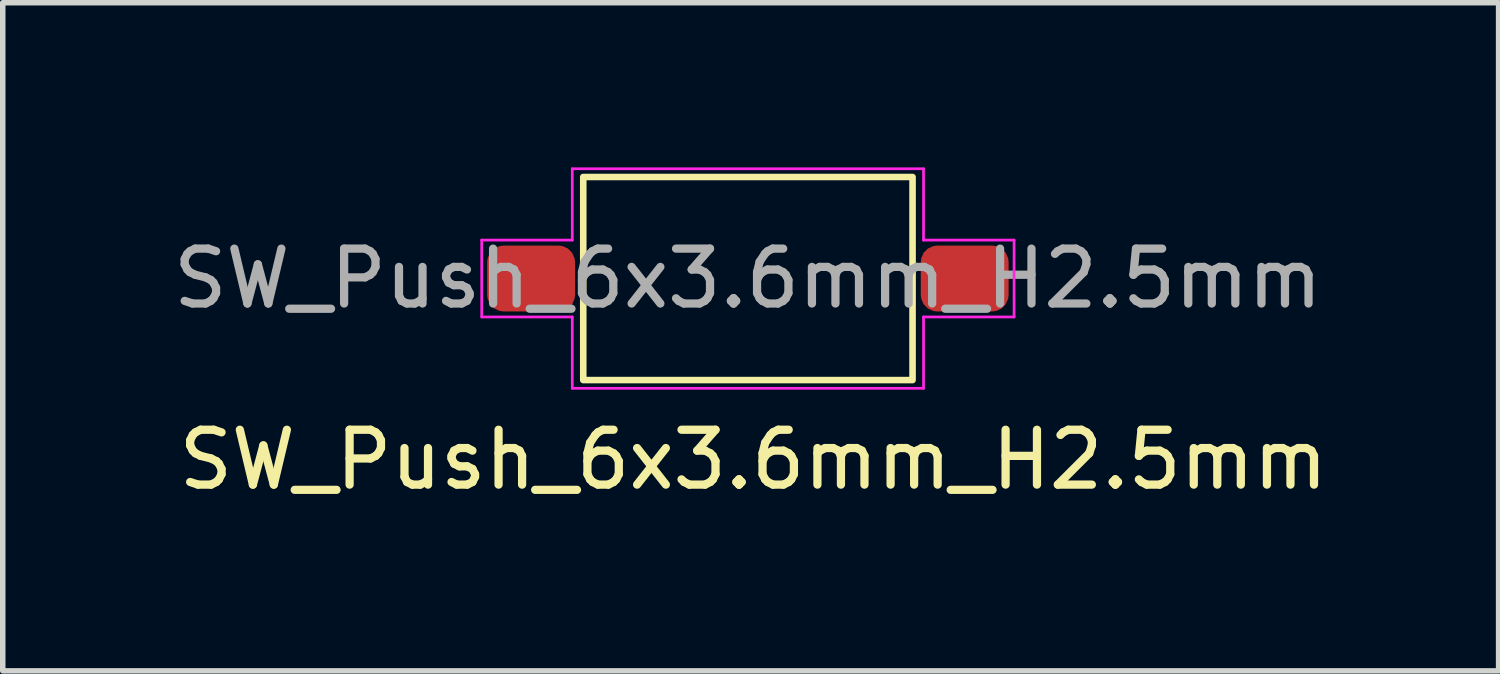
<source format=kicad_pcb>
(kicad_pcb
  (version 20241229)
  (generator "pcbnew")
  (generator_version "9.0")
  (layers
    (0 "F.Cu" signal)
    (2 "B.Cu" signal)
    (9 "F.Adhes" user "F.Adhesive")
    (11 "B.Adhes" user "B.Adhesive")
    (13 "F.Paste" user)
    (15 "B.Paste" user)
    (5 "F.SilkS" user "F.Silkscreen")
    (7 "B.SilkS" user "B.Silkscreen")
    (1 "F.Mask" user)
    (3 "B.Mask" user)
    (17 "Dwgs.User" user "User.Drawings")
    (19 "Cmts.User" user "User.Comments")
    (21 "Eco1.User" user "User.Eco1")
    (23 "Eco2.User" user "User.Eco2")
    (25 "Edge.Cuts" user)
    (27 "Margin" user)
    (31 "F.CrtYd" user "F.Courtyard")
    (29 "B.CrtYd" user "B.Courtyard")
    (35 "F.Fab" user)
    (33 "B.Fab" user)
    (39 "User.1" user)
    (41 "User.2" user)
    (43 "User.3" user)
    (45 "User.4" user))
  (footprint "SW_Push_6x3.6mm_H2.5mm"
    (layer "F.Cu")
    (at 10.577 2.025)
    (property "Reference" "SW_Push_6x3.6mm_H2.5mm" (at 0.1 3.3 0) (unlocked yes) (layer "F.SilkS") (effects (font (size 1 1) (thickness 0.15))))
    (attr smd)
    (fp_rect (start -3 -1.85) (end 3 1.85) (stroke (width 0.12) (type solid)) (fill no) (layer "F.SilkS"))
    (fp_line (start -4.85 -0.7) (end -4.85 0.7) (stroke (width 0.05) (type solid)) (layer "F.CrtYd"))
    (fp_line (start -4.85 0.7) (end -3.2 0.7) (stroke (width 0.05) (type solid)) (layer "F.CrtYd"))
    (fp_line (start -3.2 -2) (end -3.2 -0.7) (stroke (width 0.05) (type solid)) (layer "F.CrtYd"))
    (fp_line (start -3.2 -2) (end 3.2 -2) (stroke (width 0.05) (type solid)) (layer "F.CrtYd"))
    (fp_line (start -3.2 -0.7) (end -4.85 -0.7) (stroke (width 0.05) (type solid)) (layer "F.CrtYd"))
    (fp_line (start -3.2 2) (end -3.2 0.7) (stroke (width 0.05) (type solid)) (layer "F.CrtYd"))
    (fp_line (start 3.2 -2) (end 3.2 -0.7) (stroke (width 0.05) (type solid)) (layer "F.CrtYd"))
    (fp_line (start 3.2 -0.7) (end 4.85 -0.7) (stroke (width 0.05) (type solid)) (layer "F.CrtYd"))
    (fp_line (start 3.2 2) (end -3.2 2) (stroke (width 0.05) (type solid)) (layer "F.CrtYd"))
    (fp_line (start 3.2 2) (end 3.2 0.7) (stroke (width 0.05) (type solid)) (layer "F.CrtYd"))
    (fp_line (start 4.85 -0.7) (end 4.85 0.7) (stroke (width 0.05) (type solid)) (layer "F.CrtYd"))
    (fp_line (start 4.85 0.7) (end 3.2 0.7) (stroke (width 0.05) (type solid)) (layer "F.CrtYd"))
    (fp_text user "${REFERENCE}" (at 0 0 0) (unlocked yes) (layer "F.Fab") (effects (font (size 1 1) (thickness 0.15))))
    (pad "1" smd roundrect (at -3.95 0) (size 1.6 1.2) (layers "F.Cu" "F.Mask" "F.Paste") (roundrect_rratio 0.25))
    (pad "2" smd roundrect (at 3.95 0) (size 1.6 1.2) (layers "F.Cu" "F.Mask" "F.Paste") (roundrect_rratio 0.25)))
  (gr_rect
    (start -3 -3)
    (end 24.255 9.173)
    (stroke (width 0.1) (type default))
    (fill no)
    (layer "Edge.Cuts")))
</source>
